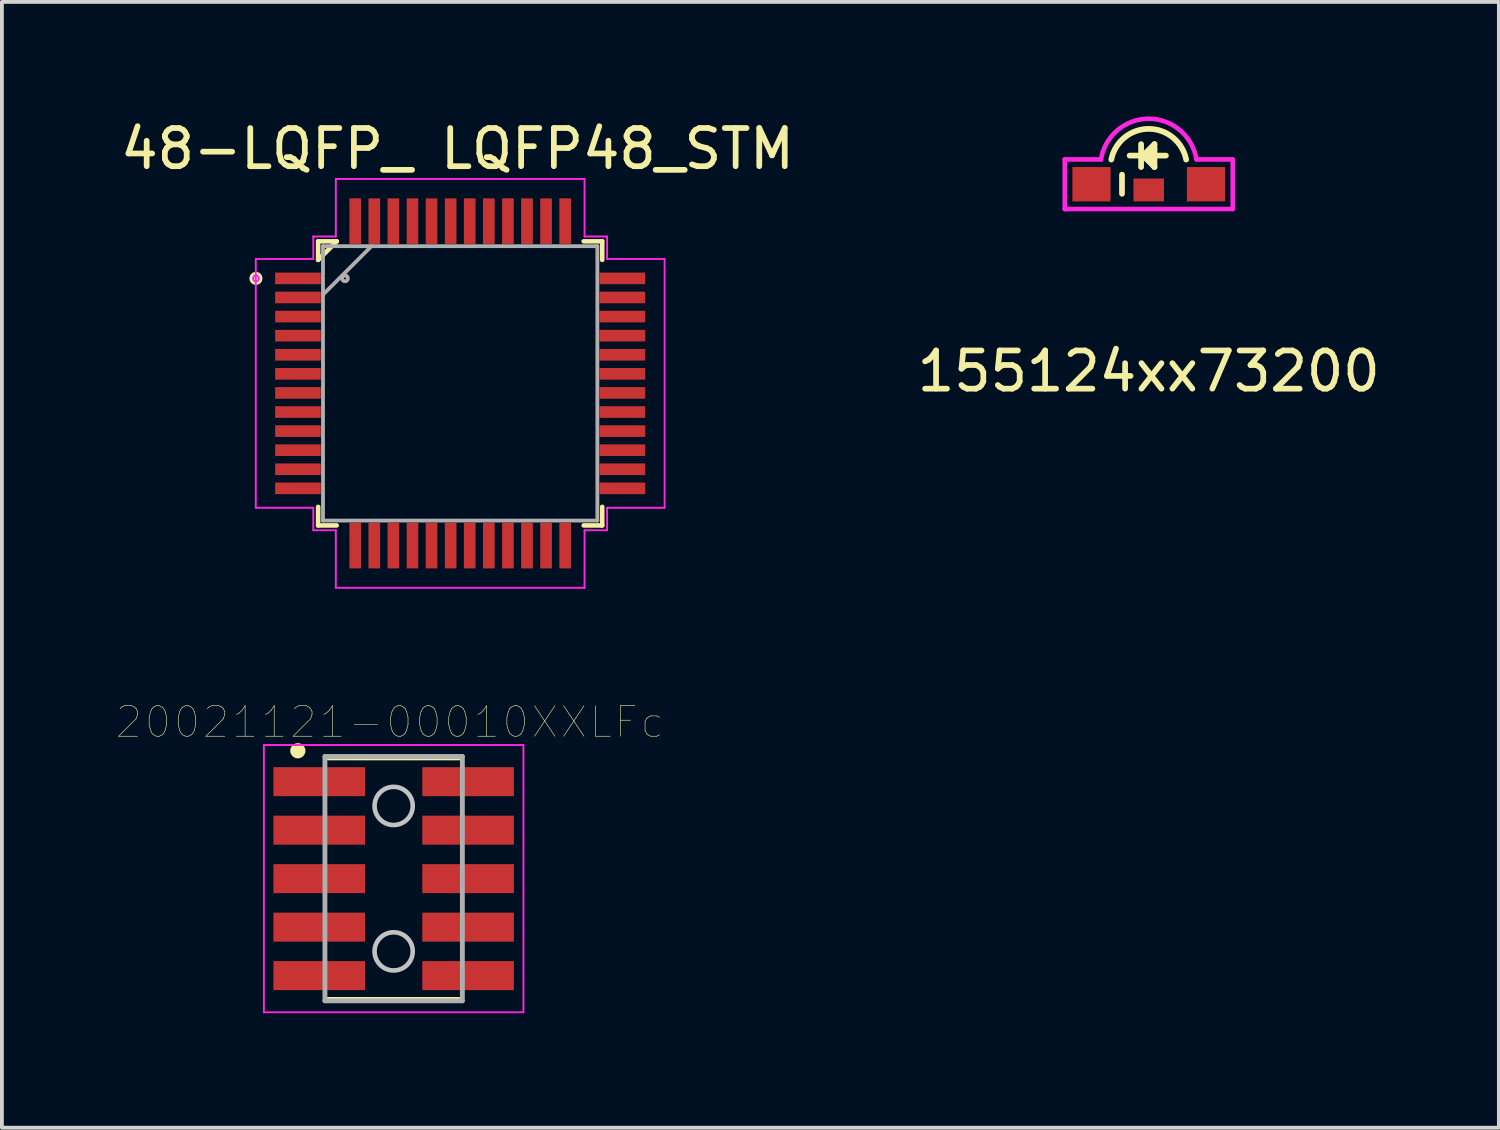
<source format=kicad_pcb>
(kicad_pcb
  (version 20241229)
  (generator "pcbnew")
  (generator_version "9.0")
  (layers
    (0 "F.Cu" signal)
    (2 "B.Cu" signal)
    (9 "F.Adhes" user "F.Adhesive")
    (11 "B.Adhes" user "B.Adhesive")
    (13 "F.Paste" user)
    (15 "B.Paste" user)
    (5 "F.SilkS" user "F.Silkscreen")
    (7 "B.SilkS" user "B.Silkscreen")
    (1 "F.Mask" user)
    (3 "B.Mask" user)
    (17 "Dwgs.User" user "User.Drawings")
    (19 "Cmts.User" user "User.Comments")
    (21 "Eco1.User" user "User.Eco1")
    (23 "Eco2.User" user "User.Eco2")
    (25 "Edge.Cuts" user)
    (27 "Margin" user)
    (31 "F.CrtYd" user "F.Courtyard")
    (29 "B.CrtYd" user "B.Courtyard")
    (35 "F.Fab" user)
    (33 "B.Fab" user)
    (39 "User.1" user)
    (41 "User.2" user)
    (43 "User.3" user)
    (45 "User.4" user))
  (footprint "20021121-00010XXLFc"
    (layer "F.Cu")
    (at 7.262 19.967)
    (property "Reference" "20021121-00010XXLFc" (at -0.1 -4.1 0) (layer "F.SilkS") (effects (font (size 0.8 0.8) (thickness 0.015))))
    (attr through_hole)
    (fp_line (start -1.715 3.175) (end 1.715 3.175) (stroke (width 0.15) (type solid)) (layer "F.SilkS"))
    (fp_line (start 1.715 -3.175) (end -1.715 -3.175) (stroke (width 0.15) (type solid)) (layer "F.SilkS"))
    (fp_circle (center -2.51 -3.35) (end -2.41 -3.35) (stroke (width 0.2) (type solid)) (fill no) (layer "F.SilkS"))
    (fp_circle (center 0 -1.905) (end -0.5 -1.905) (stroke (width 0.12) (type solid)) (fill no) (layer "Dwgs.User"))
    (fp_circle (center 0 1.905) (end 0.5 1.905) (stroke (width 0.12) (type solid)) (fill no) (layer "Dwgs.User"))
    (fp_line (start -3.4 -3.5) (end -3.4 3.5) (stroke (width 0.05) (type solid)) (layer "F.CrtYd"))
    (fp_line (start -3.4 3.5) (end 3.4 3.5) (stroke (width 0.05) (type solid)) (layer "F.CrtYd"))
    (fp_line (start 3.4 -3.5) (end -3.4 -3.5) (stroke (width 0.05) (type solid)) (layer "F.CrtYd"))
    (fp_line (start 3.4 3.5) (end 3.4 -3.5) (stroke (width 0.05) (type solid)) (layer "F.CrtYd"))
    (fp_line (start -1.8 -3.2) (end -1.8 3.2) (stroke (width 0.127) (type solid)) (layer "F.Fab"))
    (fp_line (start -1.8 3.2) (end 1.8 3.2) (stroke (width 0.127) (type solid)) (layer "F.Fab"))
    (fp_line (start 1.8 -3.2) (end -1.8 -3.2) (stroke (width 0.127) (type solid)) (layer "F.Fab"))
    (fp_line (start 1.8 3.2) (end 1.8 -3.2) (stroke (width 0.127) (type solid)) (layer "F.Fab"))
    (pad "1" smd rect (at -1.95 -2.54) (size 2.4 0.76) (layers "F.Cu" "F.Mask" "F.Paste"))
    (pad "2" smd rect (at 1.95 -2.54 180) (size 2.4 0.76) (layers "F.Cu" "F.Mask" "F.Paste"))
    (pad "3" smd rect (at -1.95 -1.27) (size 2.4 0.76) (layers "F.Cu" "F.Mask" "F.Paste"))
    (pad "4" smd rect (at 1.95 -1.27 180) (size 2.4 0.76) (layers "F.Cu" "F.Mask" "F.Paste"))
    (pad "5" smd rect (at -1.95 0) (size 2.4 0.76) (layers "F.Cu" "F.Mask" "F.Paste"))
    (pad "6" smd rect (at 1.95 0 180) (size 2.4 0.76) (layers "F.Cu" "F.Mask" "F.Paste"))
    (pad "7" smd rect (at -1.95 1.27) (size 2.4 0.76) (layers "F.Cu" "F.Mask" "F.Paste"))
    (pad "8" smd rect (at 1.95 1.27 180) (size 2.4 0.76) (layers "F.Cu" "F.Mask" "F.Paste"))
    (pad "9" smd rect (at -1.95 2.54) (size 2.4 0.76) (layers "F.Cu" "F.Mask" "F.Paste"))
    (pad "10" smd rect (at 1.95 2.54 180) (size 2.4 0.76) (layers "F.Cu" "F.Mask" "F.Paste")))
  (footprint "48-LQFP_ LQFP48_STM"
    (layer "F.Cu")
    (at 9.005 6.993)
    (property "Reference" "48-LQFP_ LQFP48_STM" (at -0.07 -6.144 0) (layer "F.SilkS") (effects (font (size 1 1) (thickness 0.15))))
    (attr through_hole)
    (fp_line (start -3.721 -3.721) (end -3.721 -3.235) (stroke (width 0.12) (type solid)) (layer "F.SilkS"))
    (fp_line (start -3.721 3.235) (end -3.721 3.721) (stroke (width 0.12) (type solid)) (layer "F.SilkS"))
    (fp_line (start -3.721 3.721) (end -3.235 3.721) (stroke (width 0.12) (type solid)) (layer "F.SilkS"))
    (fp_line (start -3.235 -3.721) (end -3.721 -3.721) (stroke (width 0.12) (type solid)) (layer "F.SilkS"))
    (fp_line (start -3.235 -3.721) (end -3.721 -3.235) (stroke (width 0.12) (type solid)) (layer "F.SilkS"))
    (fp_line (start 3.235 3.721) (end 3.721 3.721) (stroke (width 0.12) (type solid)) (layer "F.SilkS"))
    (fp_line (start 3.721 -3.721) (end 3.235 -3.721) (stroke (width 0.12) (type solid)) (layer "F.SilkS"))
    (fp_line (start 3.721 -3.235) (end 3.721 -3.721) (stroke (width 0.12) (type solid)) (layer "F.SilkS"))
    (fp_line (start 3.721 3.721) (end 3.721 3.235) (stroke (width 0.12) (type solid)) (layer "F.SilkS"))
    (fp_circle (center -5.351 -2.75) (end -5.351 -2.75) (stroke (width 0.12) (type solid)) (fill no) (layer "F.SilkS"))
    (fp_circle (center -5.351 -2.75) (end -5.242 -2.732) (stroke (width 0.12) (type solid)) (fill no) (layer "F.SilkS"))
    (fp_line (start -5.355 -3.258) (end -3.848 -3.258) (stroke (width 0.05) (type solid)) (layer "F.CrtYd"))
    (fp_line (start -5.355 3.258) (end -5.355 -3.258) (stroke (width 0.05) (type solid)) (layer "F.CrtYd"))
    (fp_line (start -3.848 -3.848) (end -3.258 -3.848) (stroke (width 0.05) (type solid)) (layer "F.CrtYd"))
    (fp_line (start -3.848 -3.258) (end -3.848 -3.848) (stroke (width 0.05) (type solid)) (layer "F.CrtYd"))
    (fp_line (start -3.848 3.258) (end -5.355 3.258) (stroke (width 0.05) (type solid)) (layer "F.CrtYd"))
    (fp_line (start -3.848 3.848) (end -3.848 3.258) (stroke (width 0.05) (type solid)) (layer "F.CrtYd"))
    (fp_line (start -3.258 -5.355) (end 3.258 -5.355) (stroke (width 0.05) (type solid)) (layer "F.CrtYd"))
    (fp_line (start -3.258 -3.848) (end -3.258 -5.355) (stroke (width 0.05) (type solid)) (layer "F.CrtYd"))
    (fp_line (start -3.258 3.848) (end -3.848 3.848) (stroke (width 0.05) (type solid)) (layer "F.CrtYd"))
    (fp_line (start -3.258 5.355) (end -3.258 3.848) (stroke (width 0.05) (type solid)) (layer "F.CrtYd"))
    (fp_line (start 3.258 -5.355) (end 3.258 -3.848) (stroke (width 0.05) (type solid)) (layer "F.CrtYd"))
    (fp_line (start 3.258 -3.848) (end 3.848 -3.848) (stroke (width 0.05) (type solid)) (layer "F.CrtYd"))
    (fp_line (start 3.258 3.848) (end 3.258 5.355) (stroke (width 0.05) (type solid)) (layer "F.CrtYd"))
    (fp_line (start 3.258 5.355) (end -3.258 5.355) (stroke (width 0.05) (type solid)) (layer "F.CrtYd"))
    (fp_line (start 3.848 -3.848) (end 3.848 -3.258) (stroke (width 0.05) (type solid)) (layer "F.CrtYd"))
    (fp_line (start 3.848 -3.258) (end 5.355 -3.258) (stroke (width 0.05) (type solid)) (layer "F.CrtYd"))
    (fp_line (start 3.848 3.258) (end 3.848 3.848) (stroke (width 0.05) (type solid)) (layer "F.CrtYd"))
    (fp_line (start 3.848 3.848) (end 3.258 3.848) (stroke (width 0.05) (type solid)) (layer "F.CrtYd"))
    (fp_line (start 5.355 -3.258) (end 5.355 3.258) (stroke (width 0.05) (type solid)) (layer "F.CrtYd"))
    (fp_line (start 5.355 3.258) (end 3.848 3.258) (stroke (width 0.05) (type solid)) (layer "F.CrtYd"))
    (fp_circle (center -5.351 -2.75) (end -5.275 -2.75) (stroke (width 0.05) (type solid)) (fill no) (layer "F.CrtYd"))
    (fp_line (start -3.594 -3.594) (end -3.594 3.594) (stroke (width 0.1) (type solid)) (layer "F.Fab"))
    (fp_line (start -3.594 -2.324) (end -2.324 -3.594) (stroke (width 0.1) (type solid)) (layer "F.Fab"))
    (fp_line (start -3.594 3.594) (end 3.594 3.594) (stroke (width 0.1) (type solid)) (layer "F.Fab"))
    (fp_line (start 3.594 -3.594) (end -3.594 -3.594) (stroke (width 0.1) (type solid)) (layer "F.Fab"))
    (fp_line (start 3.594 3.594) (end 3.594 -3.594) (stroke (width 0.1) (type solid)) (layer "F.Fab"))
    (fp_circle (center -3.018 -2.75) (end -2.942 -2.75) (stroke (width 0.1) (type solid)) (fill no) (layer "F.Fab"))
    (pad "1" smd rect (at -4.25 -2.75) (size 1.194 0.305) (layers "F.Cu" "F.Mask" "F.Paste"))
    (pad "2" smd rect (at -4.25 -2.25) (size 1.194 0.305) (layers "F.Cu" "F.Mask" "F.Paste"))
    (pad "3" smd rect (at -4.25 -1.75) (size 1.194 0.305) (layers "F.Cu" "F.Mask" "F.Paste"))
    (pad "4" smd rect (at -4.25 -1.25) (size 1.194 0.305) (layers "F.Cu" "F.Mask" "F.Paste"))
    (pad "5" smd rect (at -4.25 -0.75) (size 1.194 0.305) (layers "F.Cu" "F.Mask" "F.Paste"))
    (pad "6" smd rect (at -4.25 -0.25) (size 1.194 0.305) (layers "F.Cu" "F.Mask" "F.Paste"))
    (pad "7" smd rect (at -4.25 0.25) (size 1.194 0.305) (layers "F.Cu" "F.Mask" "F.Paste"))
    (pad "8" smd rect (at -4.25 0.75) (size 1.194 0.305) (layers "F.Cu" "F.Mask" "F.Paste"))
    (pad "9" smd rect (at -4.25 1.25) (size 1.194 0.305) (layers "F.Cu" "F.Mask" "F.Paste"))
    (pad "10" smd rect (at -4.25 1.75) (size 1.194 0.305) (layers "F.Cu" "F.Mask" "F.Paste"))
    (pad "11" smd rect (at -4.25 2.25) (size 1.194 0.305) (layers "F.Cu" "F.Mask" "F.Paste"))
    (pad "12" smd rect (at -4.25 2.75) (size 1.194 0.305) (layers "F.Cu" "F.Mask" "F.Paste"))
    (pad "13" smd rect (at -2.75 4.25 90) (size 1.194 0.305) (layers "F.Cu" "F.Mask" "F.Paste"))
    (pad "14" smd rect (at -2.25 4.25 90) (size 1.194 0.305) (layers "F.Cu" "F.Mask" "F.Paste"))
    (pad "15" smd rect (at -1.75 4.25 90) (size 1.194 0.305) (layers "F.Cu" "F.Mask" "F.Paste"))
    (pad "16" smd rect (at -1.25 4.25 90) (size 1.194 0.305) (layers "F.Cu" "F.Mask" "F.Paste"))
    (pad "17" smd rect (at -0.75 4.25 90) (size 1.194 0.305) (layers "F.Cu" "F.Mask" "F.Paste"))
    (pad "18" smd rect (at -0.25 4.25 90) (size 1.194 0.305) (layers "F.Cu" "F.Mask" "F.Paste"))
    (pad "19" smd rect (at 0.25 4.25 90) (size 1.194 0.305) (layers "F.Cu" "F.Mask" "F.Paste"))
    (pad "20" smd rect (at 0.75 4.25 90) (size 1.194 0.305) (layers "F.Cu" "F.Mask" "F.Paste"))
    (pad "21" smd rect (at 1.25 4.25 90) (size 1.194 0.305) (layers "F.Cu" "F.Mask" "F.Paste"))
    (pad "22" smd rect (at 1.75 4.25 90) (size 1.194 0.305) (layers "F.Cu" "F.Mask" "F.Paste"))
    (pad "23" smd rect (at 2.25 4.25 90) (size 1.194 0.305) (layers "F.Cu" "F.Mask" "F.Paste"))
    (pad "24" smd rect (at 2.75 4.25 90) (size 1.194 0.305) (layers "F.Cu" "F.Mask" "F.Paste"))
    (pad "25" smd rect (at 4.25 2.75) (size 1.194 0.305) (layers "F.Cu" "F.Mask" "F.Paste"))
    (pad "26" smd rect (at 4.25 2.25) (size 1.194 0.305) (layers "F.Cu" "F.Mask" "F.Paste"))
    (pad "27" smd rect (at 4.25 1.75) (size 1.194 0.305) (layers "F.Cu" "F.Mask" "F.Paste"))
    (pad "28" smd rect (at 4.25 1.25) (size 1.194 0.305) (layers "F.Cu" "F.Mask" "F.Paste"))
    (pad "29" smd rect (at 4.25 0.75) (size 1.194 0.305) (layers "F.Cu" "F.Mask" "F.Paste"))
    (pad "30" smd rect (at 4.25 0.25) (size 1.194 0.305) (layers "F.Cu" "F.Mask" "F.Paste"))
    (pad "31" smd rect (at 4.25 -0.25) (size 1.194 0.305) (layers "F.Cu" "F.Mask" "F.Paste"))
    (pad "32" smd rect (at 4.25 -0.75) (size 1.194 0.305) (layers "F.Cu" "F.Mask" "F.Paste"))
    (pad "33" smd rect (at 4.25 -1.25) (size 1.194 0.305) (layers "F.Cu" "F.Mask" "F.Paste"))
    (pad "34" smd rect (at 4.25 -1.75) (size 1.194 0.305) (layers "F.Cu" "F.Mask" "F.Paste"))
    (pad "35" smd rect (at 4.25 -2.25) (size 1.194 0.305) (layers "F.Cu" "F.Mask" "F.Paste"))
    (pad "36" smd rect (at 4.25 -2.75) (size 1.194 0.305) (layers "F.Cu" "F.Mask" "F.Paste"))
    (pad "37" smd rect (at 2.75 -4.25 90) (size 1.194 0.305) (layers "F.Cu" "F.Mask" "F.Paste"))
    (pad "38" smd rect (at 2.25 -4.25 90) (size 1.194 0.305) (layers "F.Cu" "F.Mask" "F.Paste"))
    (pad "39" smd rect (at 1.75 -4.25 90) (size 1.194 0.305) (layers "F.Cu" "F.Mask" "F.Paste"))
    (pad "40" smd rect (at 1.25 -4.25 90) (size 1.194 0.305) (layers "F.Cu" "F.Mask" "F.Paste"))
    (pad "41" smd rect (at 0.75 -4.25 90) (size 1.194 0.305) (layers "F.Cu" "F.Mask" "F.Paste"))
    (pad "42" smd rect (at 0.25 -4.25 90) (size 1.194 0.305) (layers "F.Cu" "F.Mask" "F.Paste"))
    (pad "43" smd rect (at -0.25 -4.25 90) (size 1.194 0.305) (layers "F.Cu" "F.Mask" "F.Paste"))
    (pad "44" smd rect (at -0.75 -4.25 90) (size 1.194 0.305) (layers "F.Cu" "F.Mask" "F.Paste"))
    (pad "45" smd rect (at -1.25 -4.25 90) (size 1.194 0.305) (layers "F.Cu" "F.Mask" "F.Paste"))
    (pad "46" smd rect (at -1.75 -4.25 90) (size 1.194 0.305) (layers "F.Cu" "F.Mask" "F.Paste"))
    (pad "47" smd rect (at -2.25 -4.25 90) (size 1.194 0.305) (layers "F.Cu" "F.Mask" "F.Paste"))
    (pad "48" smd rect (at -2.75 -4.25 90) (size 1.194 0.305) (layers "F.Cu" "F.Mask" "F.Paste")))
  (footprint "155124xx73200"
    (layer "F.Cu")
    (at 27.042 1.776)
    (property "Reference" "155124xx73200" (at 0 4.9 0) (layer "F.SilkS") (effects (font (size 1 1) (thickness 0.15))))
    (attr through_hole)
    (fp_line (start -0.7 -0.25) (end -0.7 0.25) (stroke (width 0.15) (type solid)) (layer "F.SilkS"))
    (fp_line (start -0.2 -1.05) (end -0.2 -0.45) (stroke (width 0.15) (type solid)) (layer "F.SilkS"))
    (fp_line (start -0.2 -0.75) (end -0.5 -0.75) (stroke (width 0.15) (type solid)) (layer "F.SilkS"))
    (fp_line (start -0.15 -0.75) (end 0.15 -0.45) (stroke (width 0.15) (type solid)) (layer "F.SilkS"))
    (fp_line (start 0 -0.7) (end 0.1 -0.65) (stroke (width 0.15) (type solid)) (layer "F.SilkS"))
    (fp_line (start 0.15 -1.05) (end -0.15 -0.75) (stroke (width 0.15) (type solid)) (layer "F.SilkS"))
    (fp_line (start 0.15 -0.9) (end 0 -0.7) (stroke (width 0.15) (type solid)) (layer "F.SilkS"))
    (fp_line (start 0.15 -0.75) (end 0.45 -0.75) (stroke (width 0.15) (type solid)) (layer "F.SilkS"))
    (fp_line (start 0.15 -0.45) (end 0.15 -1.05) (stroke (width 0.15) (type solid)) (layer "F.SilkS"))
    (fp_arc (start -0.980581 -0.646116) (mid 0 -1.45) (end 0.980581 -0.646116) (stroke (width 0.15) (type solid)) (layer "F.SilkS"))
    (fp_line (start -2.2 -0.65) (end -1.25 -0.65) (stroke (width 0.12) (type solid)) (layer "F.CrtYd"))
    (fp_line (start -2.2 0.65) (end -2.2 -0.65) (stroke (width 0.12) (type solid)) (layer "F.CrtYd"))
    (fp_line (start -2.15 0.65) (end -2.2 0.65) (stroke (width 0.12) (type solid)) (layer "F.CrtYd"))
    (fp_line (start 1.25 -0.65) (end 2.2 -0.65) (stroke (width 0.12) (type solid)) (layer "F.CrtYd"))
    (fp_line (start 2.2 -0.65) (end 2.2 0.65) (stroke (width 0.12) (type solid)) (layer "F.CrtYd"))
    (fp_line (start 2.2 0.65) (end -2.15 0.65) (stroke (width 0.12) (type solid)) (layer "F.CrtYd"))
    (fp_arc (start -1.249999 -0.650001) (mid 0.000001 -1.715898) (end 1.249999 -0.649999) (stroke (width 0.12) (type solid)) (layer "F.CrtYd"))
    (pad "1" smd rect (at -1.5 0) (size 1 0.9) (layers "F.Cu" "F.Mask" "F.Paste"))
    (pad "2" smd rect (at 1.5 0) (size 1 0.9) (layers "F.Cu" "F.Mask" "F.Paste"))
    (pad "3" smd rect (at 0 0.15) (size 0.8 0.6) (layers "F.Cu" "F.Mask" "F.Paste")))
  (gr_rect
    (start -3 -3)
    (end 36.214 26.492)
    (stroke (width 0.1) (type default))
    (fill no)
    (layer "Edge.Cuts")))
</source>
